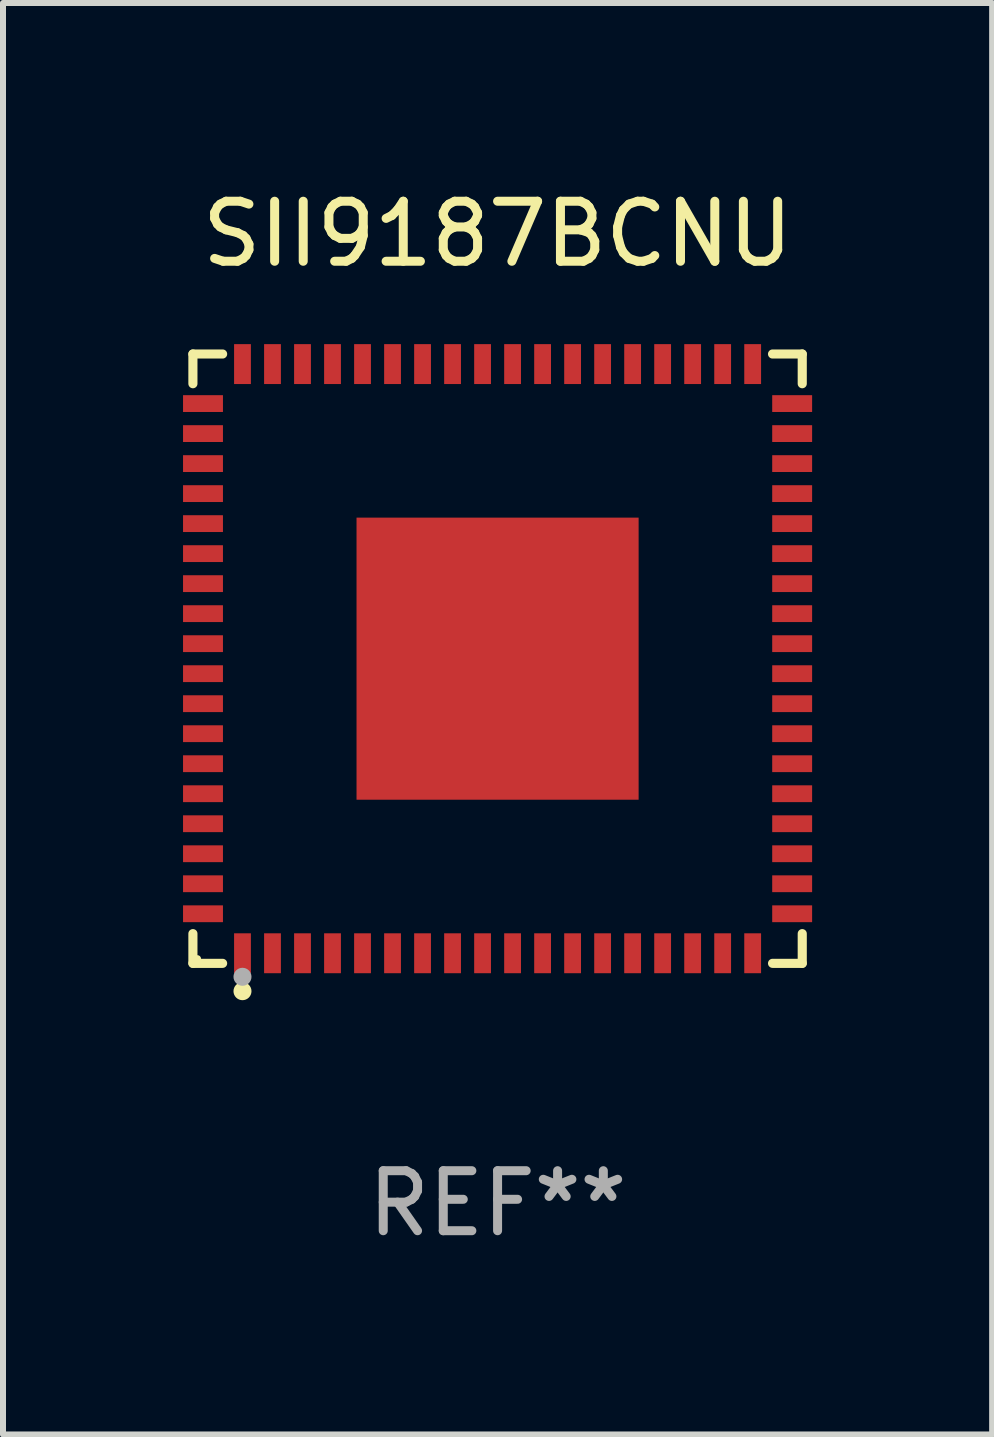
<source format=kicad_pcb>
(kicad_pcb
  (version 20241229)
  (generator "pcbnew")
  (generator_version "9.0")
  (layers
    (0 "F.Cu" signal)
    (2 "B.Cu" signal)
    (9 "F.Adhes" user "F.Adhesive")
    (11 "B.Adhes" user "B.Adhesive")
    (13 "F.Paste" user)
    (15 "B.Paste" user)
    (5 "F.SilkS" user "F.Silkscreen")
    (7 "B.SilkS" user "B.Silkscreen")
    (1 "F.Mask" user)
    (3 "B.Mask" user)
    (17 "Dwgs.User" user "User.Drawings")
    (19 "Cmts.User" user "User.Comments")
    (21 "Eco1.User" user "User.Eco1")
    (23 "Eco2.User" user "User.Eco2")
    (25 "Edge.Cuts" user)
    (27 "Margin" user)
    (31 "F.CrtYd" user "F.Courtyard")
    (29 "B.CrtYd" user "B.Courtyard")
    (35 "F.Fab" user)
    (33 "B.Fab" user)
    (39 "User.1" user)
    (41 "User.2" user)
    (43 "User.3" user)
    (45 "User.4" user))
  (footprint "SII9187BCNU"
    (layer "F.Cu")
    (at 5.24 7.924)
    (property "Reference" "SII9187BCNU" (at 0 -7.076 0) (layer "F.SilkS") (effects (font (size 1 1) (thickness 0.15))))
    (attr through_hole)
    (fp_line (start -5.076 -5.076) (end -4.581 -5.076) (stroke (width 0.152) (type solid)) (layer "F.SilkS"))
    (fp_line (start -5.076 -4.581) (end -5.076 -5.076) (stroke (width 0.152) (type solid)) (layer "F.SilkS"))
    (fp_line (start -5.076 4.581) (end -5.076 5.076) (stroke (width 0.152) (type solid)) (layer "F.SilkS"))
    (fp_line (start -5.076 5.076) (end -4.581 5.076) (stroke (width 0.152) (type solid)) (layer "F.SilkS"))
    (fp_line (start 5.076 -5.076) (end 4.581 -5.076) (stroke (width 0.152) (type solid)) (layer "F.SilkS"))
    (fp_line (start 5.076 -4.581) (end 5.076 -5.076) (stroke (width 0.152) (type solid)) (layer "F.SilkS"))
    (fp_line (start 5.076 4.581) (end 5.076 5.076) (stroke (width 0.152) (type solid)) (layer "F.SilkS"))
    (fp_line (start 5.076 5.076) (end 4.581 5.076) (stroke (width 0.152) (type solid)) (layer "F.SilkS"))
    (fp_circle (center -5 5) (end -4.97 5) (stroke (width 0.06) (type solid)) (fill no) (layer "F.SilkS"))
    (fp_circle (center -4.25 5.54) (end -4.175 5.54) (stroke (width 0.15) (type solid)) (fill no) (layer "F.SilkS"))
    (fp_circle (center -4.25 5.3) (end -4.175 5.3) (stroke (width 0.15) (type solid)) (fill no) (layer "F.Fab"))
    (fp_text user "REF**" (at 0 9.076 0) (layer "F.Fab") (effects (font (size 1 1) (thickness 0.15))))
    (pad "1" smd rect (at -4.25 4.908) (size 0.28 0.665) (layers "F.Cu" "F.Mask" "F.Paste"))
    (pad "2" smd rect (at -3.75 4.908) (size 0.28 0.665) (layers "F.Cu" "F.Mask" "F.Paste"))
    (pad "3" smd rect (at -3.25 4.908) (size 0.28 0.665) (layers "F.Cu" "F.Mask" "F.Paste"))
    (pad "4" smd rect (at -2.75 4.908) (size 0.28 0.665) (layers "F.Cu" "F.Mask" "F.Paste"))
    (pad "5" smd rect (at -2.25 4.908) (size 0.28 0.665) (layers "F.Cu" "F.Mask" "F.Paste"))
    (pad "6" smd rect (at -1.75 4.908) (size 0.28 0.665) (layers "F.Cu" "F.Mask" "F.Paste"))
    (pad "7" smd rect (at -1.25 4.908) (size 0.28 0.665) (layers "F.Cu" "F.Mask" "F.Paste"))
    (pad "8" smd rect (at -0.75 4.908) (size 0.28 0.665) (layers "F.Cu" "F.Mask" "F.Paste"))
    (pad "9" smd rect (at -0.25 4.908) (size 0.28 0.665) (layers "F.Cu" "F.Mask" "F.Paste"))
    (pad "10" smd rect (at 0.25 4.908) (size 0.28 0.665) (layers "F.Cu" "F.Mask" "F.Paste"))
    (pad "11" smd rect (at 0.75 4.908) (size 0.28 0.665) (layers "F.Cu" "F.Mask" "F.Paste"))
    (pad "12" smd rect (at 1.25 4.908) (size 0.28 0.665) (layers "F.Cu" "F.Mask" "F.Paste"))
    (pad "13" smd rect (at 1.75 4.908) (size 0.28 0.665) (layers "F.Cu" "F.Mask" "F.Paste"))
    (pad "14" smd rect (at 2.25 4.908) (size 0.28 0.665) (layers "F.Cu" "F.Mask" "F.Paste"))
    (pad "15" smd rect (at 2.75 4.908) (size 0.28 0.665) (layers "F.Cu" "F.Mask" "F.Paste"))
    (pad "16" smd rect (at 3.25 4.908) (size 0.28 0.665) (layers "F.Cu" "F.Mask" "F.Paste"))
    (pad "17" smd rect (at 3.75 4.908) (size 0.28 0.665) (layers "F.Cu" "F.Mask" "F.Paste"))
    (pad "18" smd rect (at 4.25 4.908) (size 0.28 0.665) (layers "F.Cu" "F.Mask" "F.Paste"))
    (pad "19" smd rect (at 4.908 4.25) (size 0.665 0.28) (layers "F.Cu" "F.Mask" "F.Paste"))
    (pad "20" smd rect (at 4.908 3.75) (size 0.665 0.28) (layers "F.Cu" "F.Mask" "F.Paste"))
    (pad "21" smd rect (at 4.908 3.25) (size 0.665 0.28) (layers "F.Cu" "F.Mask" "F.Paste"))
    (pad "22" smd rect (at 4.908 2.75) (size 0.665 0.28) (layers "F.Cu" "F.Mask" "F.Paste"))
    (pad "23" smd rect (at 4.908 2.25) (size 0.665 0.28) (layers "F.Cu" "F.Mask" "F.Paste"))
    (pad "24" smd rect (at 4.908 1.75) (size 0.665 0.28) (layers "F.Cu" "F.Mask" "F.Paste"))
    (pad "25" smd rect (at 4.908 1.25) (size 0.665 0.28) (layers "F.Cu" "F.Mask" "F.Paste"))
    (pad "26" smd rect (at 4.908 0.75) (size 0.665 0.28) (layers "F.Cu" "F.Mask" "F.Paste"))
    (pad "27" smd rect (at 4.908 0.25) (size 0.665 0.28) (layers "F.Cu" "F.Mask" "F.Paste"))
    (pad "28" smd rect (at 4.908 -0.25) (size 0.665 0.28) (layers "F.Cu" "F.Mask" "F.Paste"))
    (pad "29" smd rect (at 4.908 -0.75) (size 0.665 0.28) (layers "F.Cu" "F.Mask" "F.Paste"))
    (pad "30" smd rect (at 4.908 -1.25) (size 0.665 0.28) (layers "F.Cu" "F.Mask" "F.Paste"))
    (pad "31" smd rect (at 4.908 -1.75) (size 0.665 0.28) (layers "F.Cu" "F.Mask" "F.Paste"))
    (pad "32" smd rect (at 4.908 -2.25) (size 0.665 0.28) (layers "F.Cu" "F.Mask" "F.Paste"))
    (pad "33" smd rect (at 4.908 -2.75) (size 0.665 0.28) (layers "F.Cu" "F.Mask" "F.Paste"))
    (pad "34" smd rect (at 4.908 -3.25) (size 0.665 0.28) (layers "F.Cu" "F.Mask" "F.Paste"))
    (pad "35" smd rect (at 4.908 -3.75) (size 0.665 0.28) (layers "F.Cu" "F.Mask" "F.Paste"))
    (pad "36" smd rect (at 4.908 -4.25) (size 0.665 0.28) (layers "F.Cu" "F.Mask" "F.Paste"))
    (pad "37" smd rect (at 4.25 -4.908) (size 0.28 0.665) (layers "F.Cu" "F.Mask" "F.Paste"))
    (pad "38" smd rect (at 3.75 -4.908) (size 0.28 0.665) (layers "F.Cu" "F.Mask" "F.Paste"))
    (pad "39" smd rect (at 3.25 -4.908) (size 0.28 0.665) (layers "F.Cu" "F.Mask" "F.Paste"))
    (pad "40" smd rect (at 2.75 -4.908) (size 0.28 0.665) (layers "F.Cu" "F.Mask" "F.Paste"))
    (pad "41" smd rect (at 2.25 -4.908) (size 0.28 0.665) (layers "F.Cu" "F.Mask" "F.Paste"))
    (pad "42" smd rect (at 1.75 -4.908) (size 0.28 0.665) (layers "F.Cu" "F.Mask" "F.Paste"))
    (pad "43" smd rect (at 1.25 -4.908) (size 0.28 0.665) (layers "F.Cu" "F.Mask" "F.Paste"))
    (pad "44" smd rect (at 0.75 -4.908) (size 0.28 0.665) (layers "F.Cu" "F.Mask" "F.Paste"))
    (pad "45" smd rect (at 0.25 -4.908) (size 0.28 0.665) (layers "F.Cu" "F.Mask" "F.Paste"))
    (pad "46" smd rect (at -0.25 -4.908) (size 0.28 0.665) (layers "F.Cu" "F.Mask" "F.Paste"))
    (pad "47" smd rect (at -0.75 -4.908) (size 0.28 0.665) (layers "F.Cu" "F.Mask" "F.Paste"))
    (pad "48" smd rect (at -1.25 -4.908) (size 0.28 0.665) (layers "F.Cu" "F.Mask" "F.Paste"))
    (pad "49" smd rect (at -1.75 -4.908) (size 0.28 0.665) (layers "F.Cu" "F.Mask" "F.Paste"))
    (pad "50" smd rect (at -2.25 -4.908) (size 0.28 0.665) (layers "F.Cu" "F.Mask" "F.Paste"))
    (pad "51" smd rect (at -2.75 -4.908) (size 0.28 0.665) (layers "F.Cu" "F.Mask" "F.Paste"))
    (pad "52" smd rect (at -3.25 -4.908) (size 0.28 0.665) (layers "F.Cu" "F.Mask" "F.Paste"))
    (pad "53" smd rect (at -3.75 -4.908) (size 0.28 0.665) (layers "F.Cu" "F.Mask" "F.Paste"))
    (pad "54" smd rect (at -4.25 -4.908) (size 0.28 0.665) (layers "F.Cu" "F.Mask" "F.Paste"))
    (pad "55" smd rect (at -4.908 -4.25) (size 0.665 0.28) (layers "F.Cu" "F.Mask" "F.Paste"))
    (pad "56" smd rect (at -4.908 -3.75) (size 0.665 0.28) (layers "F.Cu" "F.Mask" "F.Paste"))
    (pad "57" smd rect (at -4.908 -3.25) (size 0.665 0.28) (layers "F.Cu" "F.Mask" "F.Paste"))
    (pad "58" smd rect (at -4.908 -2.75) (size 0.665 0.28) (layers "F.Cu" "F.Mask" "F.Paste"))
    (pad "59" smd rect (at -4.908 -2.25) (size 0.665 0.28) (layers "F.Cu" "F.Mask" "F.Paste"))
    (pad "60" smd rect (at -4.908 -1.75) (size 0.665 0.28) (layers "F.Cu" "F.Mask" "F.Paste"))
    (pad "61" smd rect (at -4.908 -1.25) (size 0.665 0.28) (layers "F.Cu" "F.Mask" "F.Paste"))
    (pad "62" smd rect (at -4.908 -0.75) (size 0.665 0.28) (layers "F.Cu" "F.Mask" "F.Paste"))
    (pad "63" smd rect (at -4.908 -0.25) (size 0.665 0.28) (layers "F.Cu" "F.Mask" "F.Paste"))
    (pad "64" smd rect (at -4.908 0.25) (size 0.665 0.28) (layers "F.Cu" "F.Mask" "F.Paste"))
    (pad "65" smd rect (at -4.908 0.75) (size 0.665 0.28) (layers "F.Cu" "F.Mask" "F.Paste"))
    (pad "66" smd rect (at -4.908 1.25) (size 0.665 0.28) (layers "F.Cu" "F.Mask" "F.Paste"))
    (pad "67" smd rect (at -4.908 1.75) (size 0.665 0.28) (layers "F.Cu" "F.Mask" "F.Paste"))
    (pad "68" smd rect (at -4.908 2.25) (size 0.665 0.28) (layers "F.Cu" "F.Mask" "F.Paste"))
    (pad "69" smd rect (at -4.908 2.75) (size 0.665 0.28) (layers "F.Cu" "F.Mask" "F.Paste"))
    (pad "70" smd rect (at -4.908 3.25) (size 0.665 0.28) (layers "F.Cu" "F.Mask" "F.Paste"))
    (pad "71" smd rect (at -4.908 3.75) (size 0.665 0.28) (layers "F.Cu" "F.Mask" "F.Paste"))
    (pad "72" smd rect (at -4.908 4.25) (size 0.665 0.28) (layers "F.Cu" "F.Mask" "F.Paste"))
    (pad "73" smd rect (at 0 0) (size 4.7 4.7) (layers "F.Cu" "F.Mask" "F.Paste")))
  (gr_rect
    (start -3 -3)
    (end 13.48 20.849)
    (stroke (width 0.1) (type default))
    (fill no)
    (layer "Edge.Cuts")))
</source>
